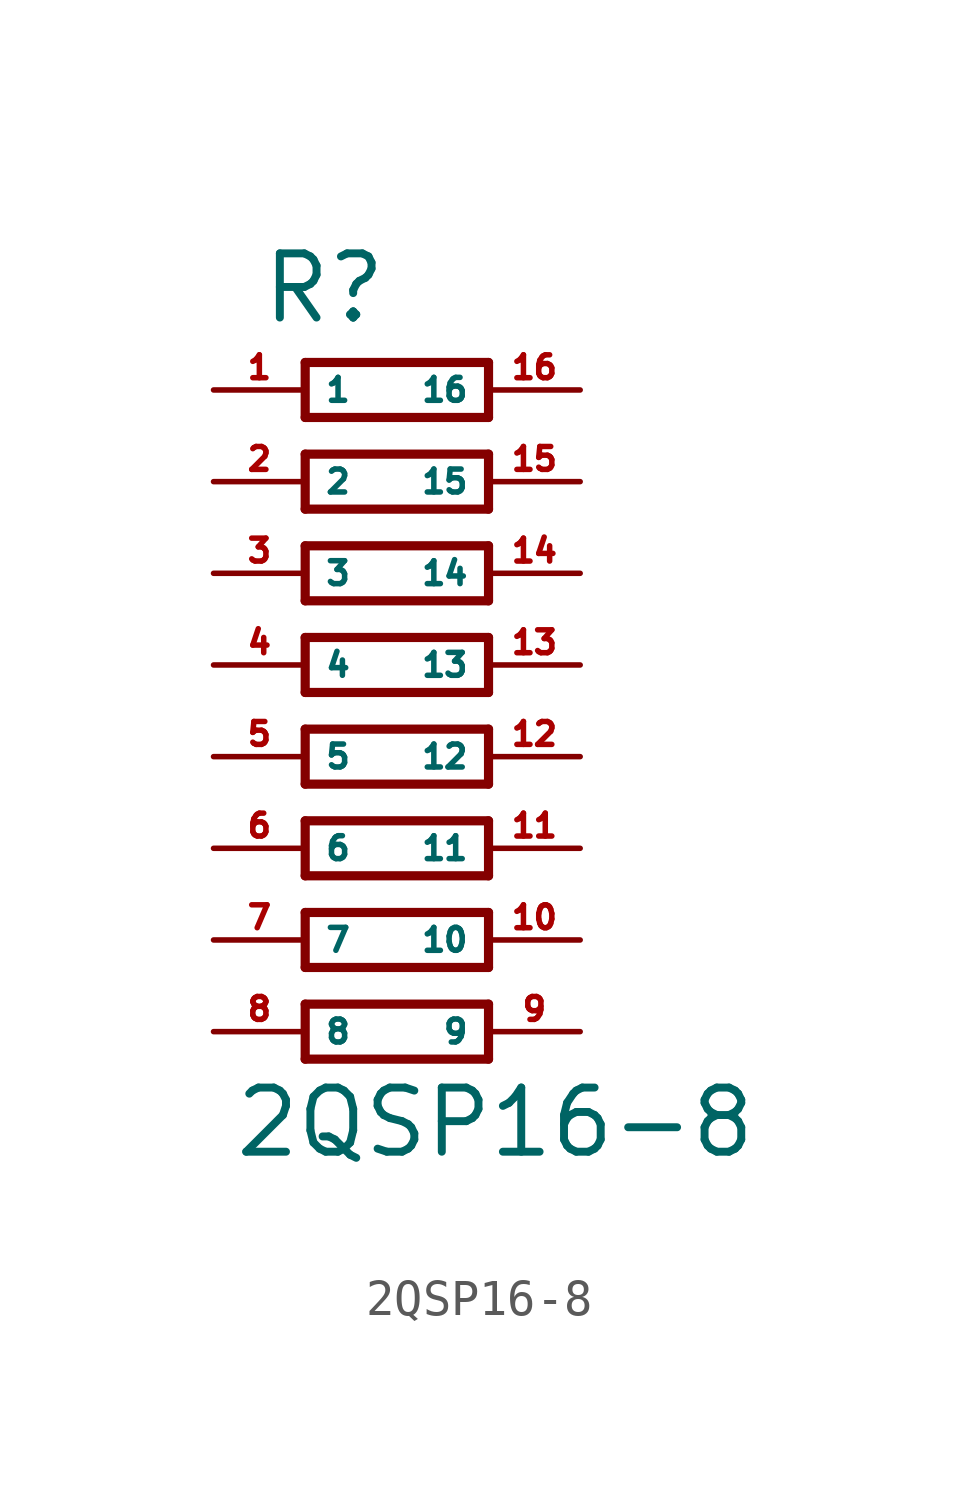
<source format=kicad_sym>
(kicad_symbol_lib
  (version 20220914)
  (generator Eagle2Kicad)
  (symbol "2QSP16-8"
    (property "Reference" "R"
      (at -3.81 9.398 0)
      (effects (font (size 1.778 1.778) (thickness 0.22)) (justify left bottom)))
    (property "Value" "2QSP16-8"
      (at -4.572 -13.716 0)
      (effects (font (size 1.778 1.778) (thickness 0.22)) (justify left bottom)))
    (polyline
      (pts (xy -2.54 8.382) (xy -2.54 6.858))
      (stroke (width 0.254) (type default))
      (fill (type none)))
    (polyline
      (pts (xy -2.54 6.858) (xy 2.54 6.858))
      (stroke (width 0.254) (type default))
      (fill (type none)))
    (polyline
      (pts (xy 2.54 6.858) (xy 2.54 8.382))
      (stroke (width 0.254) (type default))
      (fill (type none)))
    (polyline
      (pts (xy 2.54 8.382) (xy -2.54 8.382))
      (stroke (width 0.254) (type default))
      (fill (type none)))
    (polyline
      (pts (xy -2.54 5.842) (xy -2.54 4.318))
      (stroke (width 0.254) (type default))
      (fill (type none)))
    (polyline
      (pts (xy -2.54 4.318) (xy 2.54 4.318))
      (stroke (width 0.254) (type default))
      (fill (type none)))
    (polyline
      (pts (xy 2.54 4.318) (xy 2.54 5.842))
      (stroke (width 0.254) (type default))
      (fill (type none)))
    (polyline
      (pts (xy 2.54 5.842) (xy -2.54 5.842))
      (stroke (width 0.254) (type default))
      (fill (type none)))
    (polyline
      (pts (xy -2.54 3.302) (xy -2.54 1.778))
      (stroke (width 0.254) (type default))
      (fill (type none)))
    (polyline
      (pts (xy -2.54 1.778) (xy 2.54 1.778))
      (stroke (width 0.254) (type default))
      (fill (type none)))
    (polyline
      (pts (xy 2.54 1.778) (xy 2.54 3.302))
      (stroke (width 0.254) (type default))
      (fill (type none)))
    (polyline
      (pts (xy 2.54 3.302) (xy -2.54 3.302))
      (stroke (width 0.254) (type default))
      (fill (type none)))
    (polyline
      (pts (xy -2.54 0.762) (xy -2.54 -0.762))
      (stroke (width 0.254) (type default))
      (fill (type none)))
    (polyline
      (pts (xy -2.54 -0.762) (xy 2.54 -0.762))
      (stroke (width 0.254) (type default))
      (fill (type none)))
    (polyline
      (pts (xy 2.54 -0.762) (xy 2.54 0.762))
      (stroke (width 0.254) (type default))
      (fill (type none)))
    (polyline
      (pts (xy 2.54 0.762) (xy -2.54 0.762))
      (stroke (width 0.254) (type default))
      (fill (type none)))
    (polyline
      (pts (xy -2.54 -1.778) (xy -2.54 -3.302))
      (stroke (width 0.254) (type default))
      (fill (type none)))
    (polyline
      (pts (xy -2.54 -3.302) (xy 2.54 -3.302))
      (stroke (width 0.254) (type default))
      (fill (type none)))
    (polyline
      (pts (xy 2.54 -3.302) (xy 2.54 -1.778))
      (stroke (width 0.254) (type default))
      (fill (type none)))
    (polyline
      (pts (xy 2.54 -1.778) (xy -2.54 -1.778))
      (stroke (width 0.254) (type default))
      (fill (type none)))
    (polyline
      (pts (xy -2.54 -4.318) (xy -2.54 -5.842))
      (stroke (width 0.254) (type default))
      (fill (type none)))
    (polyline
      (pts (xy -2.54 -5.842) (xy 2.54 -5.842))
      (stroke (width 0.254) (type default))
      (fill (type none)))
    (polyline
      (pts (xy 2.54 -5.842) (xy 2.54 -4.318))
      (stroke (width 0.254) (type default))
      (fill (type none)))
    (polyline
      (pts (xy 2.54 -4.318) (xy -2.54 -4.318))
      (stroke (width 0.254) (type default))
      (fill (type none)))
    (polyline
      (pts (xy -2.54 -6.858) (xy -2.54 -8.382))
      (stroke (width 0.254) (type default))
      (fill (type none)))
    (polyline
      (pts (xy -2.54 -8.382) (xy 2.54 -8.382))
      (stroke (width 0.254) (type default))
      (fill (type none)))
    (polyline
      (pts (xy 2.54 -8.382) (xy 2.54 -6.858))
      (stroke (width 0.254) (type default))
      (fill (type none)))
    (polyline
      (pts (xy 2.54 -6.858) (xy -2.54 -6.858))
      (stroke (width 0.254) (type default))
      (fill (type none)))
    (polyline
      (pts (xy -2.54 -9.398) (xy -2.54 -10.922))
      (stroke (width 0.254) (type default))
      (fill (type none)))
    (polyline
      (pts (xy -2.54 -10.922) (xy 2.54 -10.922))
      (stroke (width 0.254) (type default))
      (fill (type none)))
    (polyline
      (pts (xy 2.54 -10.922) (xy 2.54 -9.398))
      (stroke (width 0.254) (type default))
      (fill (type none)))
    (polyline
      (pts (xy 2.54 -9.398) (xy -2.54 -9.398))
      (stroke (width 0.254) (type default))
      (fill (type none)))
    (pin passive line
      (at -5.08 7.62 0)
      (length 2.54)
      (name "1" (effects (font (size 0.635 0.635) (thickness 0.08)) (justify left bottom)))
      (number "1" (effects (font (size 0.635 0.635) (thickness 0.08)) (justify left bottom))))
    (pin passive line
      (at -5.08 5.08 0)
      (length 2.54)
      (name "2" (effects (font (size 0.635 0.635) (thickness 0.08)) (justify left bottom)))
      (number "2" (effects (font (size 0.635 0.635) (thickness 0.08)) (justify left bottom))))
    (pin passive line
      (at -5.08 2.54 0)
      (length 2.54)
      (name "3" (effects (font (size 0.635 0.635) (thickness 0.08)) (justify left bottom)))
      (number "3" (effects (font (size 0.635 0.635) (thickness 0.08)) (justify left bottom))))
    (pin passive line
      (at -5.08 0 0)
      (length 2.54)
      (name "4" (effects (font (size 0.635 0.635) (thickness 0.08)) (justify left bottom)))
      (number "4" (effects (font (size 0.635 0.635) (thickness 0.08)) (justify left bottom))))
    (pin passive line
      (at -5.08 -2.54 0)
      (length 2.54)
      (name "5" (effects (font (size 0.635 0.635) (thickness 0.08)) (justify left bottom)))
      (number "5" (effects (font (size 0.635 0.635) (thickness 0.08)) (justify left bottom))))
    (pin passive line
      (at -5.08 -5.08 0)
      (length 2.54)
      (name "6" (effects (font (size 0.635 0.635) (thickness 0.08)) (justify left bottom)))
      (number "6" (effects (font (size 0.635 0.635) (thickness 0.08)) (justify left bottom))))
    (pin passive line
      (at -5.08 -7.62 0)
      (length 2.54)
      (name "7" (effects (font (size 0.635 0.635) (thickness 0.08)) (justify left bottom)))
      (number "7" (effects (font (size 0.635 0.635) (thickness 0.08)) (justify left bottom))))
    (pin passive line
      (at -5.08 -10.16 0)
      (length 2.54)
      (name "8" (effects (font (size 0.635 0.635) (thickness 0.08)) (justify left bottom)))
      (number "8" (effects (font (size 0.635 0.635) (thickness 0.08)) (justify left bottom))))
    (pin passive line
      (at 5.08 -10.16 180)
      (length 2.54)
      (name "9" (effects (font (size 0.635 0.635) (thickness 0.08)) (justify left bottom)))
      (number "9" (effects (font (size 0.635 0.635) (thickness 0.08)) (justify left bottom))))
    (pin passive line
      (at 5.08 -7.62 180)
      (length 2.54)
      (name "10" (effects (font (size 0.635 0.635) (thickness 0.08)) (justify left bottom)))
      (number "10" (effects (font (size 0.635 0.635) (thickness 0.08)) (justify left bottom))))
    (pin passive line
      (at 5.08 -5.08 180)
      (length 2.54)
      (name "11" (effects (font (size 0.635 0.635) (thickness 0.08)) (justify left bottom)))
      (number "11" (effects (font (size 0.635 0.635) (thickness 0.08)) (justify left bottom))))
    (pin passive line
      (at 5.08 -2.54 180)
      (length 2.54)
      (name "12" (effects (font (size 0.635 0.635) (thickness 0.08)) (justify left bottom)))
      (number "12" (effects (font (size 0.635 0.635) (thickness 0.08)) (justify left bottom))))
    (pin passive line
      (at 5.08 0 180)
      (length 2.54)
      (name "13" (effects (font (size 0.635 0.635) (thickness 0.08)) (justify left bottom)))
      (number "13" (effects (font (size 0.635 0.635) (thickness 0.08)) (justify left bottom))))
    (pin passive line
      (at 5.08 2.54 180)
      (length 2.54)
      (name "14" (effects (font (size 0.635 0.635) (thickness 0.08)) (justify left bottom)))
      (number "14" (effects (font (size 0.635 0.635) (thickness 0.08)) (justify left bottom))))
    (pin passive line
      (at 5.08 5.08 180)
      (length 2.54)
      (name "15" (effects (font (size 0.635 0.635) (thickness 0.08)) (justify left bottom)))
      (number "15" (effects (font (size 0.635 0.635) (thickness 0.08)) (justify left bottom))))
    (pin passive line
      (at 5.08 7.62 180)
      (length 2.54)
      (name "16" (effects (font (size 0.635 0.635) (thickness 0.08)) (justify left bottom)))
      (number "16" (effects (font (size 0.635 0.635) (thickness 0.08)) (justify left bottom))))))
</source>
